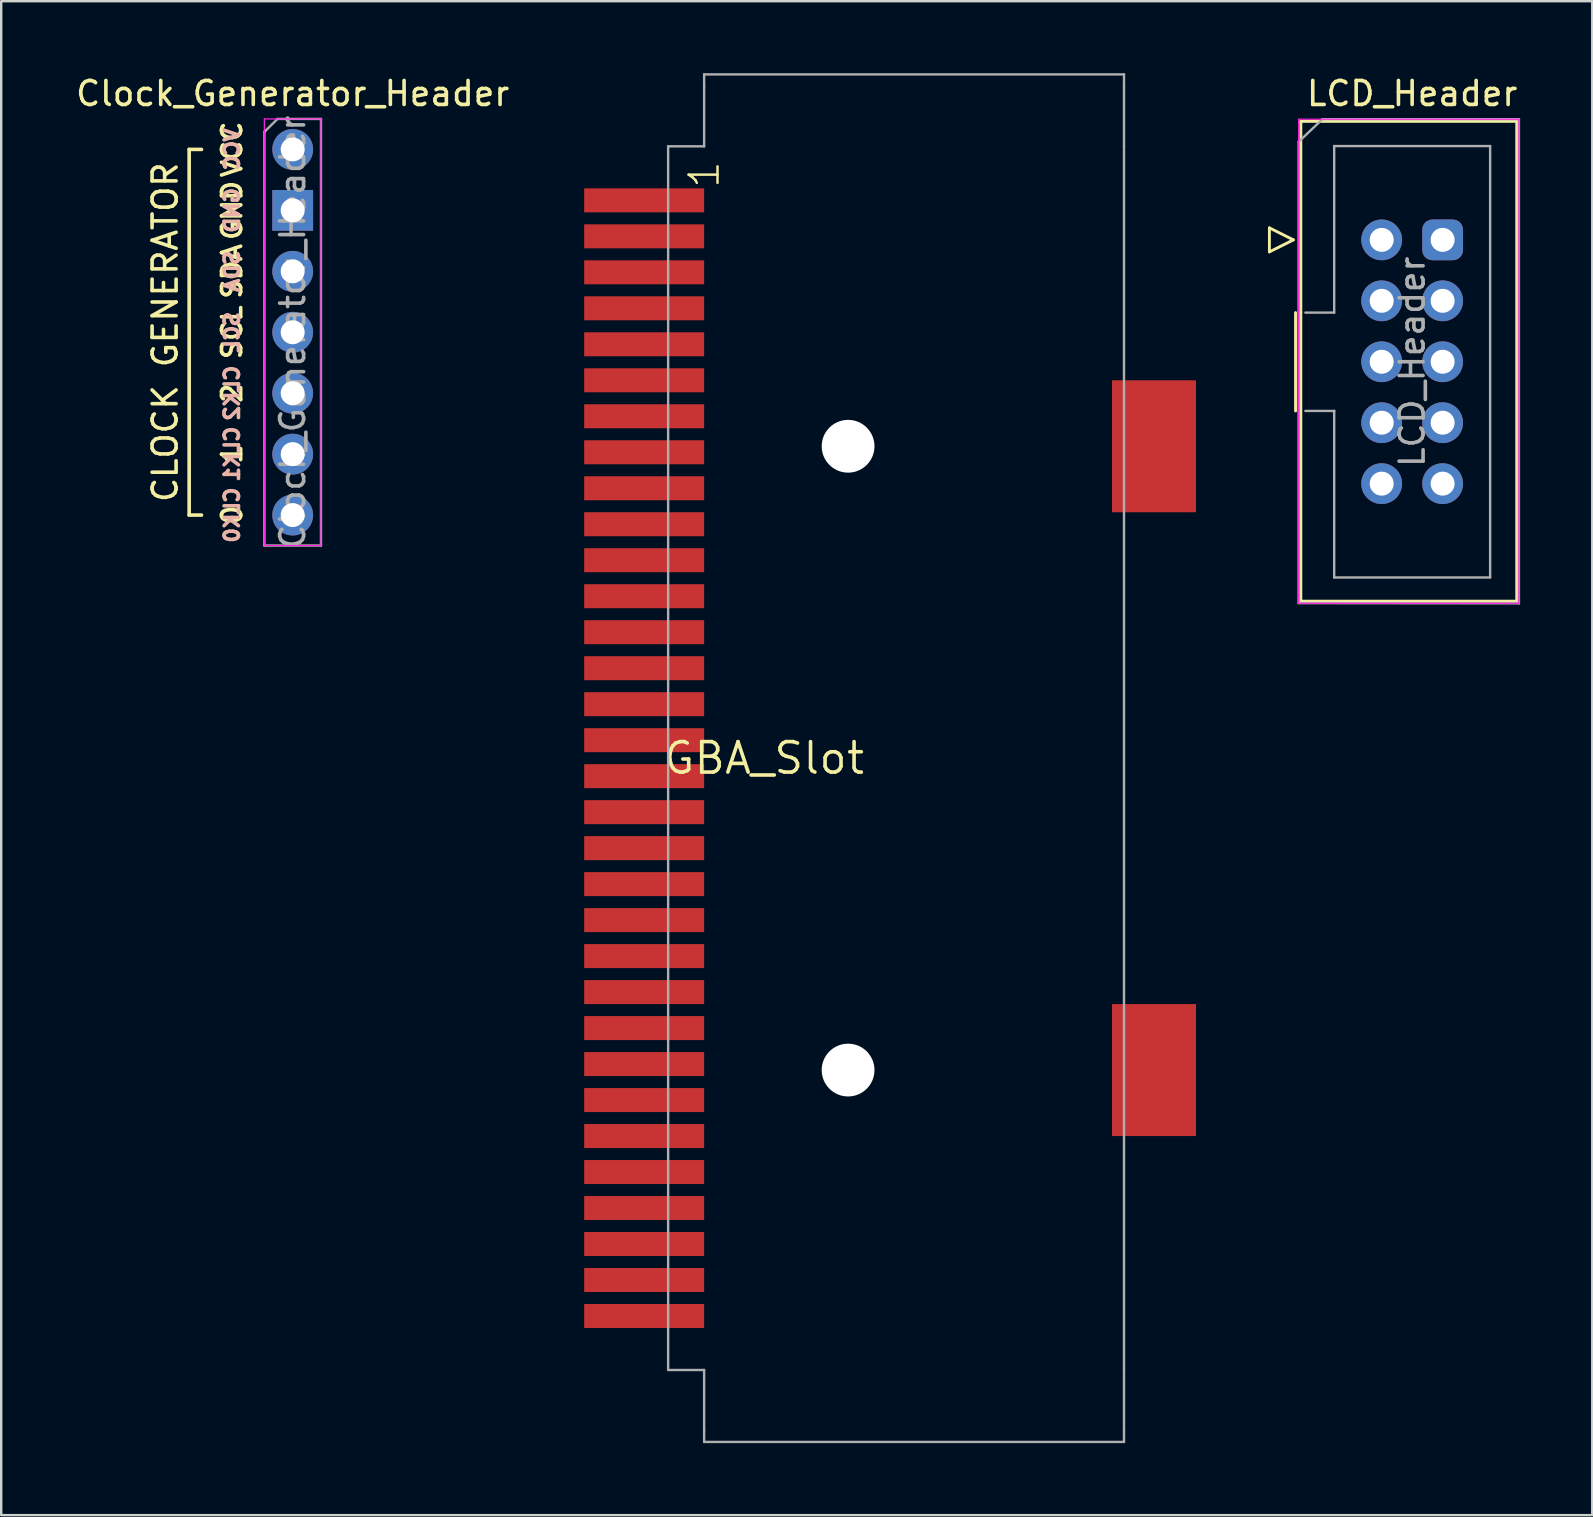
<source format=kicad_pcb>
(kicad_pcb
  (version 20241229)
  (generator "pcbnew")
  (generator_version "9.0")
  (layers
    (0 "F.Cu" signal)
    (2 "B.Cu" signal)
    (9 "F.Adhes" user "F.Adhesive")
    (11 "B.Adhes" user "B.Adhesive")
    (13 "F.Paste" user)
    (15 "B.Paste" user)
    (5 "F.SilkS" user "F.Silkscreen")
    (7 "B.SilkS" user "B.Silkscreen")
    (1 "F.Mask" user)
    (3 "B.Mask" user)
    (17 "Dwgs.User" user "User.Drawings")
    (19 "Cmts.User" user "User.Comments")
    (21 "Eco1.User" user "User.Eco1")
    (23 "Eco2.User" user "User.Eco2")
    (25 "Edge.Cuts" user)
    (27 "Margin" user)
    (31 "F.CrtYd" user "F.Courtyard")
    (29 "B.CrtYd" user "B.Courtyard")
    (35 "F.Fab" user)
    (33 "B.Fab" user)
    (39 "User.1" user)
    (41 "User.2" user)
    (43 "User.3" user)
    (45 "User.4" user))
  (footprint "Clock_Generator_Header"
    (layer "F.Cu")
    (at 9.149 3.178)
    (property "Reference" "Clock_Generator_Header" (at 0 -2.33 0) (layer "F.SilkS") (effects (font (size 1 1) (thickness 0.15))))
    (attr through_hole)
    (fp_line (start -4.315 0) (end -4.315 15.24) (stroke (width 0.15) (type solid)) (layer "F.SilkS"))
    (fp_line (start -4.315 15.24) (end -3.8 15.24) (stroke (width 0.15) (type solid)) (layer "F.SilkS"))
    (fp_line (start -3.8 0) (end -4.315 0) (stroke (width 0.15) (type solid)) (layer "F.SilkS"))
    (fp_line (start -1.18 -1.27) (end -1.18 16.51) (stroke (width 0.05) (type solid)) (layer "F.CrtYd"))
    (fp_line (start -1.18 -1.27) (end 1.18 -1.27) (stroke (width 0.05) (type solid)) (layer "F.CrtYd"))
    (fp_line (start -1.18 16.51) (end 1.18 16.51) (stroke (width 0.05) (type solid)) (layer "F.CrtYd"))
    (fp_line (start 1.18 16.51) (end 1.18 -1.27) (stroke (width 0.05) (type solid)) (layer "F.CrtYd"))
    (fp_line (start -1.18 -0.73) (end -0.635 -1.27) (stroke (width 0.1) (type solid)) (layer "F.Fab"))
    (fp_line (start -1.18 16.51) (end -1.18 -0.73) (stroke (width 0.1) (type solid)) (layer "F.Fab"))
    (fp_line (start -0.635 -1.27) (end 1.18 -1.27) (stroke (width 0.1) (type solid)) (layer "F.Fab"))
    (fp_line (start 1.18 -1.27) (end 1.18 16.51) (stroke (width 0.1) (type solid)) (layer "F.Fab"))
    (fp_line (start 1.18 16.51) (end -1.18 16.51) (stroke (width 0.1) (type solid)) (layer "F.Fab"))
    (fp_text user "SDA" (at -2.53 5.08 270) (layer "F.SilkS") (effects (font (size 0.8 0.8) (thickness 0.15))))
    (fp_text user "VCC" (at -2.53 0 270) (layer "F.SilkS") (effects (font (size 0.8 0.8) (thickness 0.15))))
    (fp_text user "SCL" (at -2.53 7.62 270) (layer "F.SilkS") (effects (font (size 0.8 0.8) (thickness 0.15))))
    (fp_text user "2" (at -2.53 10.16 270) (layer "F.SilkS") (effects (font (size 0.8 0.8) (thickness 0.15))))
    (fp_text user "1" (at -2.53 12.7 270) (layer "F.SilkS") (effects (font (size 0.8 0.8) (thickness 0.15))))
    (fp_text user "CLOCK GENERATOR" (at -5.315 7.62 270) (layer "F.SilkS") (effects (font (size 1 1) (thickness 0.15))))
    (fp_text user "GND" (at -2.53 2.54 270) (layer "F.SilkS") (effects (font (size 0.8 0.8) (thickness 0.15))))
    (fp_text user "0" (at -2.53 15.24 270) (layer "F.SilkS") (effects (font (size 0.8 0.8) (thickness 0.15))))
    (fp_text user "GND" (at -2.53 2.54 90) (layer "B.SilkS") (effects (font (size 0.6 0.6) (thickness 0.15)) (justify mirror)))
    (fp_text user "SCL" (at -2.53 7.62 90) (layer "B.SilkS") (effects (font (size 0.6 0.6) (thickness 0.15)) (justify mirror)))
    (fp_text user "CLK1" (at -2.53 12.7 90) (layer "B.SilkS") (effects (font (size 0.6 0.6) (thickness 0.15)) (justify mirror)))
    (fp_text user "CLK0" (at -2.53 15.24 90) (layer "B.SilkS") (effects (font (size 0.6 0.6) (thickness 0.15)) (justify mirror)))
    (fp_text user "SDA" (at -2.53 5.08 90) (layer "B.SilkS") (effects (font (size 0.6 0.6) (thickness 0.15)) (justify mirror)))
    (fp_text user "VCC" (at -2.53 0 90) (layer "B.SilkS") (effects (font (size 0.6 0.6) (thickness 0.15)) (justify mirror)))
    (fp_text user "CLK2" (at -2.53 10.16 90) (layer "B.SilkS") (effects (font (size 0.6 0.6) (thickness 0.15)) (justify mirror)))
    (fp_text user "${REFERENCE}" (at 0 7.62 90) (layer "F.Fab") (effects (font (size 1 1) (thickness 0.15))))
    (pad "1" thru_hole circle (at 0 0) (size 1.7 1.7) (drill 1) (layers "*.Cu" "*.Mask"))
    (pad "2" thru_hole rect (at 0 2.54) (size 1.7 1.7) (drill 1) (layers "*.Cu" "*.Mask"))
    (pad "3" thru_hole oval (at 0 5.08) (size 1.7 1.7) (drill 1) (layers "*.Cu" "*.Mask"))
    (pad "4" thru_hole oval (at 0 7.62) (size 1.7 1.7) (drill 1) (layers "*.Cu" "*.Mask"))
    (pad "5" thru_hole oval (at 0 10.16) (size 1.7 1.7) (drill 1) (layers "*.Cu" "*.Mask"))
    (pad "6" thru_hole oval (at 0 12.7) (size 1.7 1.7) (drill 1) (layers "*.Cu" "*.Mask"))
    (pad "7" thru_hole oval (at 0 15.24) (size 1.7 1.7) (drill 1) (layers "*.Cu" "*.Mask")))
  (footprint "GBA_Slot"
    (layer "F.Cu")
    (at 28.798 28.55)
    (property "Reference" "GBA_Slot" (at 0 0 0) (layer "F.SilkS") (effects (font (size 1.27 1.27) (thickness 0.15))))
    (attr through_hole)
    (fp_line (start -4 -25.5) (end -4 25.5) (stroke (width 0.1) (type solid)) (layer "F.Fab"))
    (fp_line (start -4 25.5) (end -2.5 25.5) (stroke (width 0.1) (type solid)) (layer "F.Fab"))
    (fp_line (start -2.5 -28.5) (end -2.5 -28) (stroke (width 0.1) (type solid)) (layer "F.Fab"))
    (fp_line (start -2.5 -25.5) (end -4 -25.5) (stroke (width 0.1) (type solid)) (layer "F.Fab"))
    (fp_line (start -2.5 -25.5) (end -2.5 -28) (stroke (width 0.1) (type solid)) (layer "F.Fab"))
    (fp_line (start -2.5 25.5) (end -2.5 28) (stroke (width 0.1) (type solid)) (layer "F.Fab"))
    (fp_line (start -2.5 28) (end -2.5 28.5) (stroke (width 0.1) (type solid)) (layer "F.Fab"))
    (fp_line (start 15 -28.5) (end -2.5 -28.5) (stroke (width 0.1) (type solid)) (layer "F.Fab"))
    (fp_line (start 15 -28) (end 15 -28.5) (stroke (width 0.1) (type solid)) (layer "F.Fab"))
    (fp_line (start 15 -28) (end 15 -25.5) (stroke (width 0.1) (type solid)) (layer "F.Fab"))
    (fp_line (start 15 -25.5) (end 15 25.5) (stroke (width 0.1) (type solid)) (layer "F.Fab"))
    (fp_line (start 15 28) (end 15 25.5) (stroke (width 0.1) (type solid)) (layer "F.Fab"))
    (fp_line (start 15 28) (end 15 28.5) (stroke (width 0.1) (type solid)) (layer "F.Fab"))
    (fp_line (start 15 28.5) (end -2.5 28.5) (stroke (width 0.1) (type solid)) (layer "F.Fab"))
    (fp_text user "1" (at -1.79 -23.68 270) (layer "F.SilkS") (effects (font (size 1.206 1.206) (thickness 0.102)) (justify left bottom)))
    (pad "" np_thru_hole circle (at 3.5 -13) (size 2.2 2.2) (drill 2.2) (layers "*.Cu" "*.Mask"))
    (pad "" np_thru_hole circle (at 3.5 13) (size 2.2 2.2) (drill 2.2) (layers "*.Cu" "*.Mask"))
    (pad "1" smd rect (at -5 -23.25 180) (size 5 1) (layers "F.Cu" "F.Mask" "F.Paste"))
    (pad "2" smd rect (at -5 -21.75 180) (size 5 1) (layers "F.Cu" "F.Mask" "F.Paste"))
    (pad "3" smd rect (at -5 -20.25 180) (size 5 1) (layers "F.Cu" "F.Mask" "F.Paste"))
    (pad "4" smd rect (at -5 -18.75 180) (size 5 1) (layers "F.Cu" "F.Mask" "F.Paste"))
    (pad "5" smd rect (at -5 -17.25 180) (size 5 1) (layers "F.Cu" "F.Mask" "F.Paste"))
    (pad "6" smd rect (at -5 -15.75 180) (size 5 1) (layers "F.Cu" "F.Mask" "F.Paste"))
    (pad "7" smd rect (at -5 -14.25 180) (size 5 1) (layers "F.Cu" "F.Mask" "F.Paste"))
    (pad "8" smd rect (at -5 -12.75 180) (size 5 1) (layers "F.Cu" "F.Mask" "F.Paste"))
    (pad "9" smd rect (at -5 -11.25 180) (size 5 1) (layers "F.Cu" "F.Mask" "F.Paste"))
    (pad "10" smd rect (at -5 -9.75 180) (size 5 1) (layers "F.Cu" "F.Mask" "F.Paste"))
    (pad "11" smd rect (at -5 -8.25 180) (size 5 1) (layers "F.Cu" "F.Mask" "F.Paste"))
    (pad "12" smd rect (at -5 -6.75 180) (size 5 1) (layers "F.Cu" "F.Mask" "F.Paste"))
    (pad "13" smd rect (at -5 -5.25 180) (size 5 1) (layers "F.Cu" "F.Mask" "F.Paste"))
    (pad "14" smd rect (at -5 -3.75 180) (size 5 1) (layers "F.Cu" "F.Mask" "F.Paste"))
    (pad "15" smd rect (at -5 -2.25 180) (size 5 1) (layers "F.Cu" "F.Mask" "F.Paste"))
    (pad "16" smd rect (at -5 -0.75 180) (size 5 1) (layers "F.Cu" "F.Mask" "F.Paste"))
    (pad "17" smd rect (at -5 0.75 180) (size 5 1) (layers "F.Cu" "F.Mask" "F.Paste"))
    (pad "18" smd rect (at -5 2.25 180) (size 5 1) (layers "F.Cu" "F.Mask" "F.Paste"))
    (pad "19" smd rect (at -5 3.75 180) (size 5 1) (layers "F.Cu" "F.Mask" "F.Paste"))
    (pad "20" smd rect (at -5 5.25 180) (size 5 1) (layers "F.Cu" "F.Mask" "F.Paste"))
    (pad "21" smd rect (at -5 6.75 180) (size 5 1) (layers "F.Cu" "F.Mask" "F.Paste"))
    (pad "22" smd rect (at -5 8.25 180) (size 5 1) (layers "F.Cu" "F.Mask" "F.Paste"))
    (pad "23" smd rect (at -5 9.75 180) (size 5 1) (layers "F.Cu" "F.Mask" "F.Paste"))
    (pad "24" smd rect (at -5 11.25 180) (size 5 1) (layers "F.Cu" "F.Mask" "F.Paste"))
    (pad "25" smd rect (at -5 12.75 180) (size 5 1) (layers "F.Cu" "F.Mask" "F.Paste"))
    (pad "26" smd rect (at -5 14.25 180) (size 5 1) (layers "F.Cu" "F.Mask" "F.Paste"))
    (pad "27" smd rect (at -5 15.75 180) (size 5 1) (layers "F.Cu" "F.Mask" "F.Paste"))
    (pad "28" smd rect (at -5 17.25 180) (size 5 1) (layers "F.Cu" "F.Mask" "F.Paste"))
    (pad "29" smd rect (at -5 18.75 180) (size 5 1) (layers "F.Cu" "F.Mask" "F.Paste"))
    (pad "30" smd rect (at -5 20.25 180) (size 5 1) (layers "F.Cu" "F.Mask" "F.Paste"))
    (pad "31" smd rect (at -5 21.75 180) (size 5 1) (layers "F.Cu" "F.Mask" "F.Paste"))
    (pad "32" smd rect (at -5 23.25 180) (size 5 1) (layers "F.Cu" "F.Mask" "F.Paste"))
    (pad "SHIELD_3" smd rect (at 16.25 -13 270) (size 5.5 3.5) (layers "F.Cu" "F.Mask" "F.Paste"))
    (pad "SHIELD_4" smd rect (at 16.25 13 270) (size 5.5 3.5) (layers "F.Cu" "F.Mask" "F.Paste")))
  (footprint "LCD_Header"
    (layer "F.Cu")
    (at 54.538 6.948)
    (property "Reference" "LCD_Header" (at 1.27 -6.1 0) (layer "F.SilkS") (effects (font (size 1 1) (thickness 0.15))))
    (attr through_hole)
    (fp_line (start -4.68 -0.5) (end -4.68 0.5) (stroke (width 0.12) (type solid)) (layer "F.SilkS"))
    (fp_line (start -4.68 0.5) (end -3.68 0) (stroke (width 0.12) (type solid)) (layer "F.SilkS"))
    (fp_line (start -3.68 0) (end -4.68 -0.5) (stroke (width 0.12) (type solid)) (layer "F.SilkS"))
    (fp_line (start -3.59 7.13) (end -3.59 3.03) (stroke (width 0.12) (type solid)) (layer "F.SilkS"))
    (fp_line (start -3.37 -4.94) (end 5.63 -4.94) (stroke (width 0.12) (type solid)) (layer "F.SilkS"))
    (fp_line (start -3.37 3.03) (end -3.37 -4.94) (stroke (width 0.12) (type solid)) (layer "F.SilkS"))
    (fp_line (start -3.37 15.06) (end -3.37 3.01) (stroke (width 0.12) (type solid)) (layer "F.SilkS"))
    (fp_line (start 5.63 -4.94) (end 5.63 15.06) (stroke (width 0.12) (type solid)) (layer "F.SilkS"))
    (fp_line (start 5.63 15.06) (end -3.37 15.06) (stroke (width 0.12) (type solid)) (layer "F.SilkS"))
    (fp_line (start -3.46 -5.03) (end -3.46 15.15) (stroke (width 0.05) (type solid)) (layer "F.CrtYd"))
    (fp_line (start -3.46 15.15) (end 5.72 15.15) (stroke (width 0.05) (type solid)) (layer "F.CrtYd"))
    (fp_line (start 5.72 -5.03) (end -3.46 -5.03) (stroke (width 0.05) (type solid)) (layer "F.CrtYd"))
    (fp_line (start 5.72 15.15) (end 5.72 -5.03) (stroke (width 0.05) (type solid)) (layer "F.CrtYd"))
    (fp_line (start -3.46 -4.09) (end -2.47 -5.03) (stroke (width 0.1) (type solid)) (layer "F.Fab"))
    (fp_line (start -3.46 15.14) (end -3.46 -4.09) (stroke (width 0.1) (type solid)) (layer "F.Fab"))
    (fp_line (start -3.18 3.03) (end -1.98 3.03) (stroke (width 0.1) (type solid)) (layer "F.Fab"))
    (fp_line (start -2.47 -5.03) (end 5.72 -5.03) (stroke (width 0.1) (type solid)) (layer "F.Fab"))
    (fp_line (start -1.98 -3.91) (end 4.52 -3.91) (stroke (width 0.1) (type solid)) (layer "F.Fab"))
    (fp_line (start -1.98 3.03) (end -1.98 -3.91) (stroke (width 0.1) (type solid)) (layer "F.Fab"))
    (fp_line (start -1.98 7.13) (end -3.18 7.13) (stroke (width 0.1) (type solid)) (layer "F.Fab"))
    (fp_line (start -1.98 7.13) (end -1.98 7.13) (stroke (width 0.1) (type solid)) (layer "F.Fab"))
    (fp_line (start -1.98 14.07) (end -1.98 7.13) (stroke (width 0.1) (type solid)) (layer "F.Fab"))
    (fp_line (start 4.52 -3.91) (end 4.52 14.07) (stroke (width 0.1) (type solid)) (layer "F.Fab"))
    (fp_line (start 4.52 14.07) (end -1.98 14.07) (stroke (width 0.1) (type solid)) (layer "F.Fab"))
    (fp_line (start 5.72 -5.03) (end 5.72 15.15) (stroke (width 0.1) (type solid)) (layer "F.Fab"))
    (fp_line (start 5.72 15.15) (end -3.46 15.14) (stroke (width 0.1) (type solid)) (layer "F.Fab"))
    (fp_text user "${REFERENCE}" (at 1.27 5.08 90) (layer "F.Fab") (effects (font (size 1 1) (thickness 0.15))))
    (pad "1" thru_hole circle (at 0 0) (size 1.7 1.7) (drill 1) (layers "*.Cu" "*.Mask"))
    (pad "2" thru_hole roundrect (at 2.54 0) (size 1.7 1.7) (drill 1) (layers "*.Cu" "*.Mask") (roundrect_rratio 0.25))
    (pad "3" thru_hole circle (at 0 2.54) (size 1.7 1.7) (drill 1) (layers "*.Cu" "*.Mask"))
    (pad "4" thru_hole circle (at 2.54 2.54) (size 1.7 1.7) (drill 1) (layers "*.Cu" "*.Mask"))
    (pad "5" thru_hole circle (at 0 5.08) (size 1.7 1.7) (drill 1) (layers "*.Cu" "*.Mask"))
    (pad "6" thru_hole circle (at 2.54 5.08) (size 1.7 1.7) (drill 1) (layers "*.Cu" "*.Mask"))
    (pad "7" thru_hole circle (at 0 7.62) (size 1.7 1.7) (drill 1) (layers "*.Cu" "*.Mask"))
    (pad "8" thru_hole circle (at 2.54 7.62) (size 1.7 1.7) (drill 1) (layers "*.Cu" "*.Mask"))
    (pad "9" thru_hole circle (at 0 10.16) (size 1.7 1.7) (drill 1) (layers "*.Cu" "*.Mask"))
    (pad "10" thru_hole circle (at 2.54 10.16) (size 1.7 1.7) (drill 1) (layers "*.Cu" "*.Mask")))
  (gr_rect
    (start -3 -3)
    (end 63.314 60.1)
    (stroke (width 0.1) (type default))
    (fill no)
    (layer "Edge.Cuts")))
</source>
